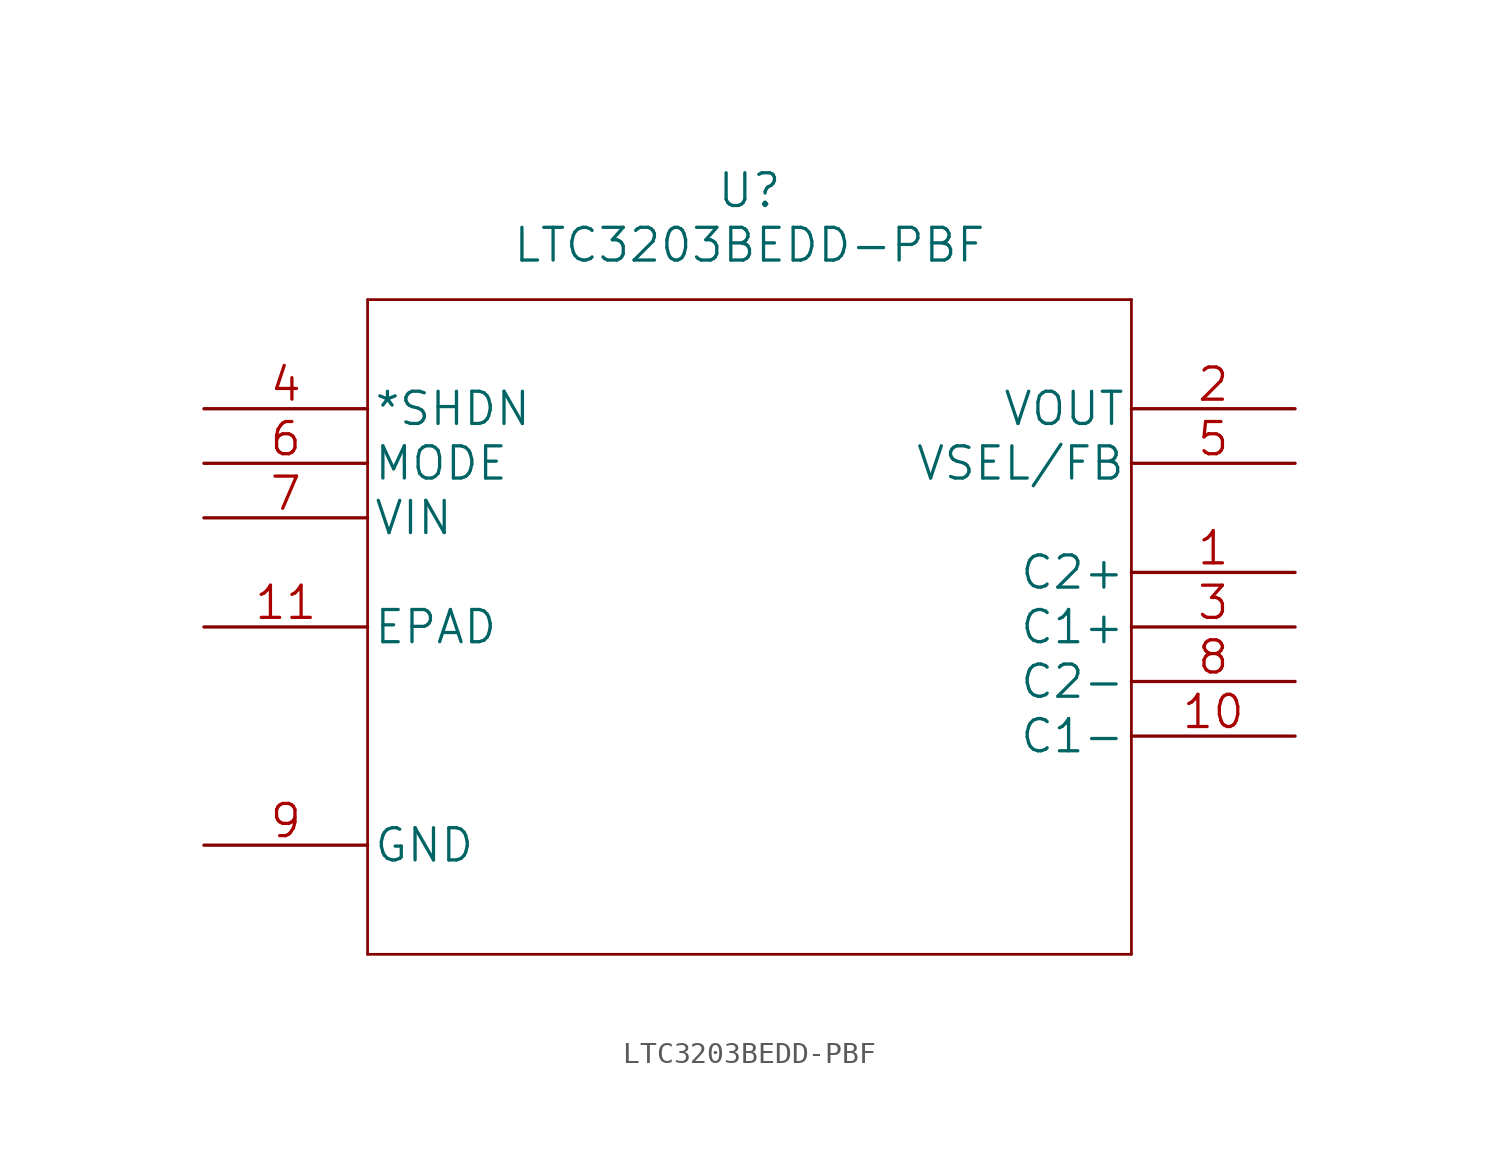
<source format=kicad_sym>
(kicad_symbol_lib
  (version 20211014)
  (generator kicad_symbol_editor)
  (symbol "LTC3203BEDD-PBF"
    (pin_names
      (offset 0.254))
    (property "Reference" "U"
      (at 25.4 10.16 0)
      (effects (font (size 1.524 1.524))))
    (property "Value" "LTC3203BEDD-PBF"
      (at 25.4 7.62 0)
      (effects (font (size 1.524 1.524))))
    (property "Datasheet" ""
      (at 0 0 0)
      (effects (font (size 1.524 1.524))))
    (property "ki_locked" ""
      (at 0 0 0)
      (effects (font (size 1.27 1.27))))
    (symbol "LTC3203BEDD-PBF_1_1"
      (polyline (pts (xy 7.62 -25.4) (xy 43.18 -25.4)) (stroke (width 0.127) (type default) (color 0 0 0 0)) (fill (type none)))
      (polyline (pts (xy 7.62 5.08) (xy 7.62 -25.4)) (stroke (width 0.127) (type default) (color 0 0 0 0)) (fill (type none)))
      (polyline (pts (xy 43.18 -25.4) (xy 43.18 5.08)) (stroke (width 0.127) (type default) (color 0 0 0 0)) (fill (type none)))
      (polyline (pts (xy 43.18 5.08) (xy 7.62 5.08)) (stroke (width 0.127) (type default) (color 0 0 0 0)) (fill (type none)))
      (pin unspecified line (at 50.8 -7.62 180) (length 7.62) (name "C2+" (effects (font (size 1.499 1.499)))) (number "1" (effects (font (size 1.499 1.499)))))
      (pin unspecified line (at 50.8 -15.24 180) (length 7.62) (name "C1-" (effects (font (size 1.499 1.499)))) (number "10" (effects (font (size 1.499 1.499)))))
      (pin unspecified line (at 0 -10.16 0) (length 7.62) (name "EPAD" (effects (font (size 1.499 1.499)))) (number "11" (effects (font (size 1.499 1.499)))))
      (pin output line (at 50.8 0 180) (length 7.62) (name "VOUT" (effects (font (size 1.499 1.499)))) (number "2" (effects (font (size 1.499 1.499)))))
      (pin unspecified line (at 50.8 -10.16 180) (length 7.62) (name "C1+" (effects (font (size 1.499 1.499)))) (number "3" (effects (font (size 1.499 1.499)))))
      (pin input line (at 0 0 0) (length 7.62) (name "*SHDN" (effects (font (size 1.499 1.499)))) (number "4" (effects (font (size 1.499 1.499)))))
      (pin output line (at 50.8 -2.54 180) (length 7.62) (name "VSEL/FB" (effects (font (size 1.499 1.499)))) (number "5" (effects (font (size 1.499 1.499)))))
      (pin input line (at 0 -2.54 0) (length 7.62) (name "MODE" (effects (font (size 1.499 1.499)))) (number "6" (effects (font (size 1.499 1.499)))))
      (pin input line (at 0 -5.08 0) (length 7.62) (name "VIN" (effects (font (size 1.499 1.499)))) (number "7" (effects (font (size 1.499 1.499)))))
      (pin unspecified line (at 50.8 -12.7 180) (length 7.62) (name "C2-" (effects (font (size 1.499 1.499)))) (number "8" (effects (font (size 1.499 1.499)))))
      (pin power_in line (at 0 -20.32 0) (length 7.62) (name "GND" (effects (font (size 1.499 1.499)))) (number "9" (effects (font (size 1.499 1.499))))))))
</source>
